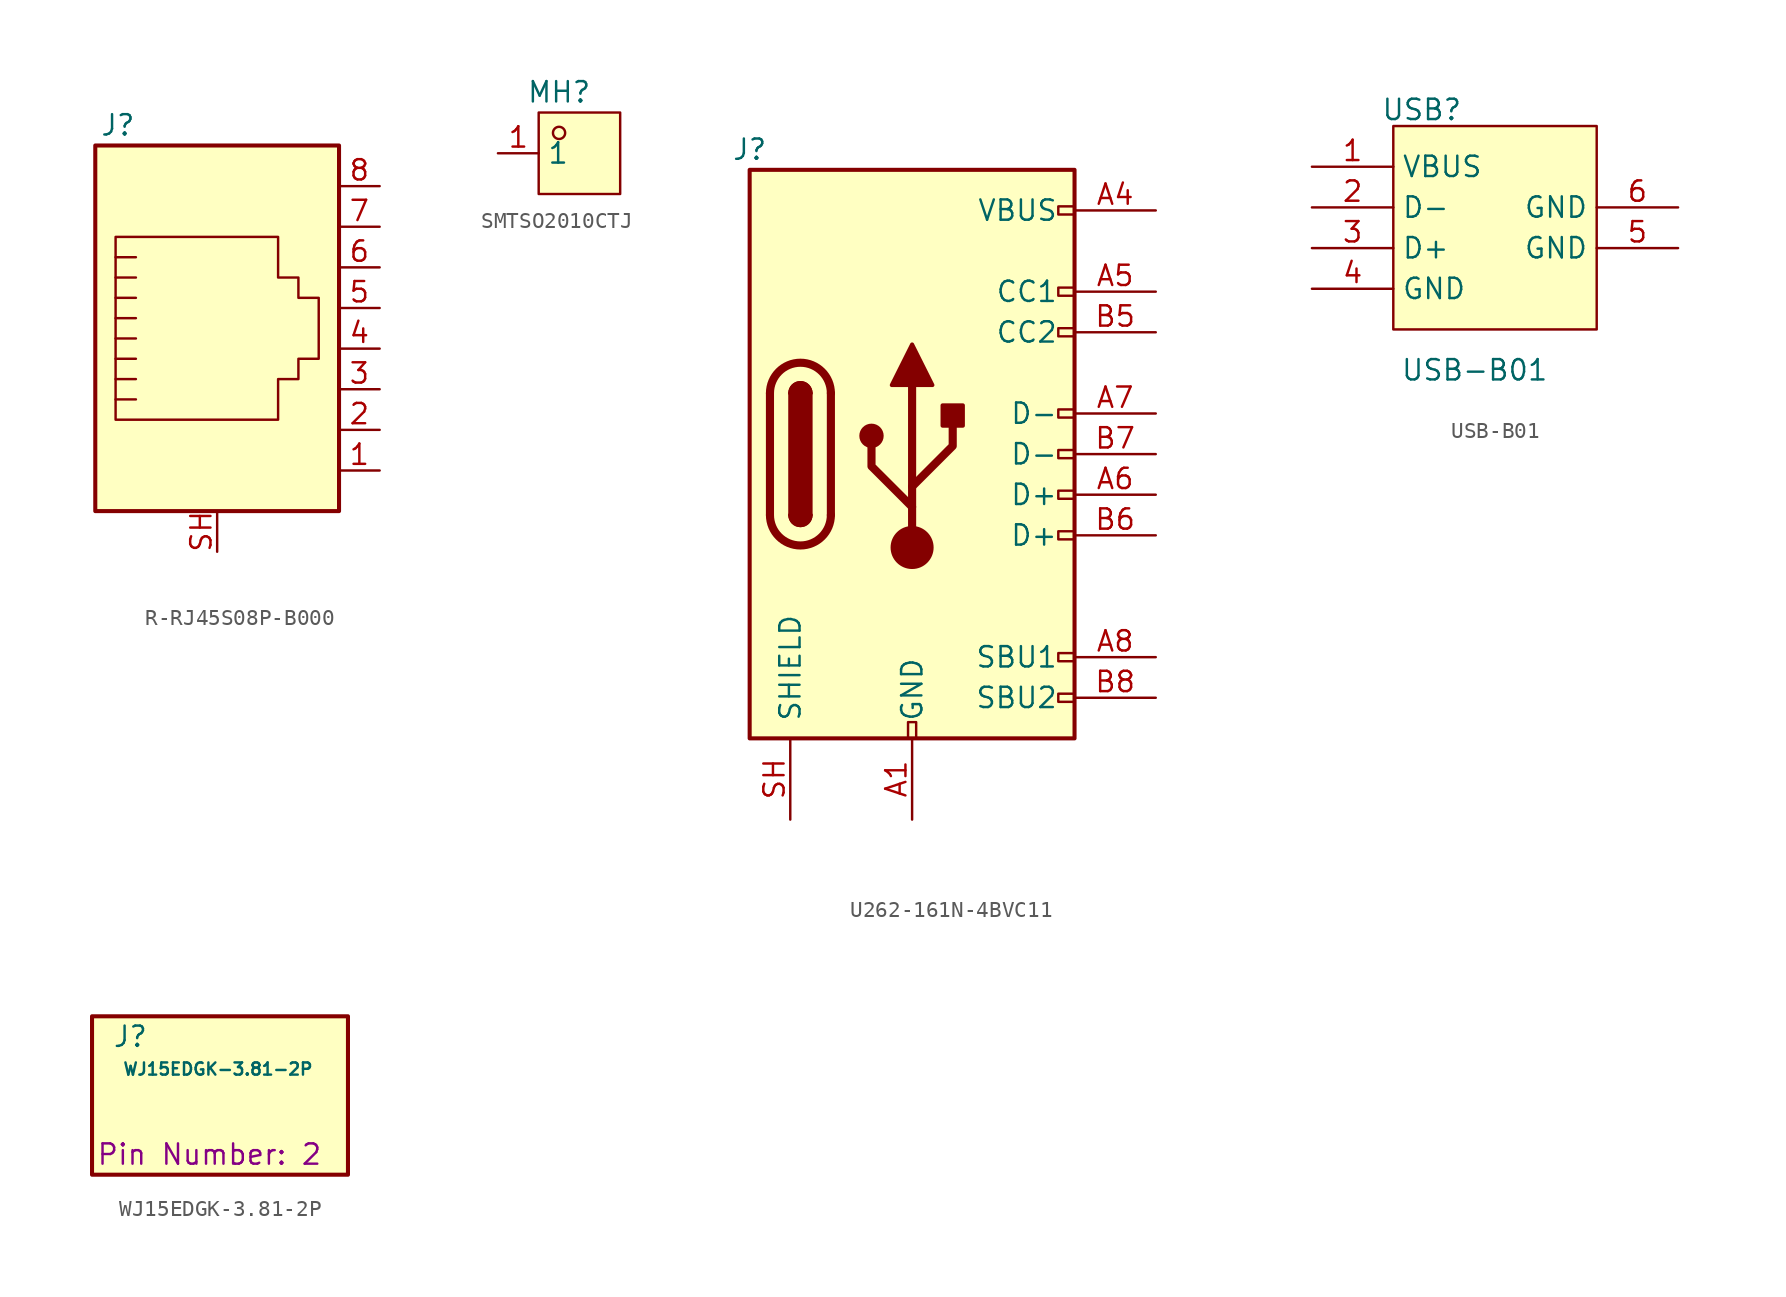
<source format=kicad_sym>
(kicad_symbol_lib
  (version 20211014)
  (symbol "R-RJ45S08P-B000"
    (pin_names
      (offset 1.016))
    (property "Reference" "J"
      (at -5.08 13.97 0)
      (effects (font (size 1.27 1.27)) (justify right)))
    (symbol "R-RJ45S08P-B000_0_1"
      (rectangle (start -7.62 12.7) (end 7.62 -10.16) (stroke (width 0.254) (type default)) (fill (type background)))
      (polyline (pts (xy -6.35 1.905) (xy -5.08 1.905) (xy -5.08 1.905)) (stroke (width 0) (type default)) (fill (type none)))
      (polyline (pts (xy -6.35 0.635) (xy -5.08 0.635) (xy -5.08 0.635)) (stroke (width 0) (type default)) (fill (type none)))
      (polyline (pts (xy -6.35 -0.635) (xy -5.08 -0.635) (xy -5.08 -0.635)) (stroke (width 0) (type default)) (fill (type none)))
      (polyline (pts (xy -6.35 -1.905) (xy -5.08 -1.905) (xy -5.08 -1.905)) (stroke (width 0) (type default)) (fill (type none)))
      (polyline (pts (xy -6.35 -3.175) (xy -5.08 -3.175) (xy -5.08 -3.175)) (stroke (width 0) (type default)) (fill (type none)))
      (polyline (pts (xy -6.35 -4.445) (xy -6.35 6.985) (xy 3.81 6.985) (xy 3.81 4.445) (xy 5.08 4.445) (xy 5.08 3.175) (xy 6.35 3.175) (xy 6.35 -0.635) (xy 5.08 -0.635) (xy 5.08 -1.905) (xy 3.81 -1.905) (xy 3.81 -4.445) (xy -6.35 -4.445) (xy -6.35 -4.445)) (stroke (width 0) (type default)) (fill (type none)))
      (polyline (pts (xy -5.08 5.715) (xy -6.35 5.715)) (stroke (width 0) (type default)) (fill (type none)))
      (polyline (pts (xy -5.08 4.445) (xy -6.35 4.445)) (stroke (width 0) (type default)) (fill (type none)))
      (polyline (pts (xy -5.08 3.175) (xy -6.35 3.175) (xy -6.35 3.175)) (stroke (width 0) (type default)) (fill (type none))))
    (symbol "R-RJ45S08P-B000_1_1"
      (pin passive line (at 0 -12.7 90) (length 2.54) (name "~" (effects (font (size 1.27 1.27)))) (number "SH" (effects (font (size 1.27 1.27)))))
      (pin passive line (at 10.16 10.16 180) (length 2.54) (name "~" (effects (font (size 1.27 1.27)))) (number "8" (effects (font (size 1.27 1.27)))))
      (pin passive line (at 10.16 7.62 180) (length 2.54) (name "~" (effects (font (size 1.27 1.27)))) (number "7" (effects (font (size 1.27 1.27)))))
      (pin passive line (at 10.16 5.08 180) (length 2.54) (name "~" (effects (font (size 1.27 1.27)))) (number "6" (effects (font (size 1.27 1.27)))))
      (pin passive line (at 10.16 2.54 180) (length 2.54) (name "~" (effects (font (size 1.27 1.27)))) (number "5" (effects (font (size 1.27 1.27)))))
      (pin passive line (at 10.16 0 180) (length 2.54) (name "~" (effects (font (size 1.27 1.27)))) (number "4" (effects (font (size 1.27 1.27)))))
      (pin passive line (at 10.16 -2.54 180) (length 2.54) (name "~" (effects (font (size 1.27 1.27)))) (number "3" (effects (font (size 1.27 1.27)))))
      (pin passive line (at 10.16 -5.08 180) (length 2.54) (name "~" (effects (font (size 1.27 1.27)))) (number "2" (effects (font (size 1.27 1.27)))))
      (pin passive line (at 10.16 -7.62 180) (length 2.54) (name "~" (effects (font (size 1.27 1.27)))) (number "1" (effects (font (size 1.27 1.27)))))))
  (symbol "SMTSO2010CTJ"
    (property "Reference" "MH"
      (at 0 3.81 0)
      (effects (font (size 1.27 1.27))))
    (symbol "SMTSO2010CTJ_0_1"
      (rectangle (start -1.27 2.54) (end 3.81 -2.54) (stroke (width 0) (type default)) (fill (type background)))
      (circle (center 0 1.27) (radius 0.38) (stroke (width 0) (type default)) (fill (type none))))
    (symbol "SMTSO2010CTJ_1_1"
      (pin passive line (at -3.81 0 0) (length 2.54) (name "1" (effects (font (size 1.27 1.27)))) (number "1" (effects (font (size 1.27 1.27)))))))
  (symbol "U262-161N-4BVC11"
    (pin_names
      (offset 1.016))
    (property "Reference" "J"
      (at -10.16 19.05 0)
      (effects (font (size 1.27 1.27))))
    (symbol "U262-161N-4BVC11_0_0"
      (rectangle (start -0.254 -17.78) (end 0.254 -16.764) (stroke (width 0) (type default)) (fill (type none)))
      (rectangle (start 10.16 15.494) (end 9.144 14.986) (stroke (width 0) (type default)) (fill (type none)))
      (rectangle (start 10.16 10.414) (end 9.144 9.906) (stroke (width 0) (type default)) (fill (type none)))
      (rectangle (start 10.16 7.874) (end 9.144 7.366) (stroke (width 0) (type default)) (fill (type none)))
      (rectangle (start 10.16 2.794) (end 9.144 2.286) (stroke (width 0) (type default)) (fill (type none)))
      (rectangle (start 10.16 0.254) (end 9.144 -0.254) (stroke (width 0) (type default)) (fill (type none)))
      (rectangle (start 10.16 -2.286) (end 9.144 -2.794) (stroke (width 0) (type default)) (fill (type none)))
      (rectangle (start 10.16 -4.826) (end 9.144 -5.334) (stroke (width 0) (type default)) (fill (type none)))
      (rectangle (start 10.16 -12.446) (end 9.144 -12.954) (stroke (width 0) (type default)) (fill (type none)))
      (rectangle (start 10.16 -14.986) (end 9.144 -15.494) (stroke (width 0) (type default)) (fill (type none))))
    (symbol "U262-161N-4BVC11_0_1"
      (rectangle (start -10.16 17.78) (end 10.16 -17.78) (stroke (width 0.254) (type default)) (fill (type background)))
      (polyline (pts (xy -8.89 -3.81) (xy -8.89 3.81)) (stroke (width 0.508) (type default)) (fill (type none)))
      (rectangle (start -7.62 -3.81) (end -6.35 3.81) (stroke (width 0.254) (type default)) (fill (type outline)))
      (arc (start -7.62 3.81) (mid -6.985 4.4423) (end -6.35 3.81) (stroke (width 0.254) (type default)) (fill (type none)))
      (arc (start -7.62 3.81) (mid -6.985 4.4423) (end -6.35 3.81) (stroke (width 0.254) (type default)) (fill (type outline)))
      (arc (start -8.89 3.81) (mid -6.985 5.7067) (end -5.08 3.81) (stroke (width 0.508) (type default)) (fill (type none)))
      (arc (start -5.08 -3.81) (mid -6.985 -5.7067) (end -8.89 -3.81) (stroke (width 0.508) (type default)) (fill (type none)))
      (arc (start -6.35 -3.81) (mid -6.985 -4.4423) (end -7.62 -3.81) (stroke (width 0.254) (type default)) (fill (type none)))
      (arc (start -6.35 -3.81) (mid -6.985 -4.4423) (end -7.62 -3.81) (stroke (width 0.254) (type default)) (fill (type outline)))
      (polyline (pts (xy -5.08 3.81) (xy -5.08 -3.81)) (stroke (width 0.508) (type default)) (fill (type none)))
      (circle (center -2.54 1.143) (radius 0.635) (stroke (width 0.254) (type default)) (fill (type outline)))
      (polyline (pts (xy -1.27 4.318) (xy 0 6.858) (xy 1.27 4.318) (xy -1.27 4.318)) (stroke (width 0.254) (type default)) (fill (type outline)))
      (polyline (pts (xy 0 -2.032) (xy 2.54 0.508) (xy 2.54 1.778)) (stroke (width 0.508) (type default)) (fill (type none)))
      (polyline (pts (xy 0 -3.302) (xy -2.54 -0.762) (xy -2.54 0.508)) (stroke (width 0.508) (type default)) (fill (type none)))
      (polyline (pts (xy 0 -5.842) (xy 0 4.318)) (stroke (width 0.508) (type default)) (fill (type none)))
      (circle (center 0 -5.842) (radius 1.27) (stroke (width 0) (type default)) (fill (type outline)))
      (rectangle (start 1.905 1.778) (end 3.175 3.048) (stroke (width 0.254) (type default)) (fill (type outline))))
    (symbol "U262-161N-4BVC11_1_1"
      (pin passive line (at -7.62 -22.86 90) (length 5.08) (name "SHIELD" (effects (font (size 1.27 1.27)))) (number "SH" (effects (font (size 1.27 1.27)))))
      (pin passive line (at 0 -22.86 90) (length 5.08) (name "GND" (effects (font (size 1.27 1.27)))) (number "A1" (effects (font (size 1.27 1.27)))))
      (pin passive line (at 0 -22.86 90) (length 5.08) (hide yes) (name "GND" (effects (font (size 1.27 1.27)))) (number "A12" (effects (font (size 1.27 1.27)))))
      (pin passive line (at 0 -22.86 90) (length 5.08) (hide yes) (name "GND" (effects (font (size 1.27 1.27)))) (number "B1" (effects (font (size 1.27 1.27)))))
      (pin passive line (at 0 -22.86 90) (length 5.08) (hide yes) (name "GND" (effects (font (size 1.27 1.27)))) (number "B12" (effects (font (size 1.27 1.27)))))
      (pin passive line (at 15.24 15.24 180) (length 5.08) (name "VBUS" (effects (font (size 1.27 1.27)))) (number "A4" (effects (font (size 1.27 1.27)))))
      (pin passive line (at 15.24 15.24 180) (length 5.08) (hide yes) (name "VBUS" (effects (font (size 1.27 1.27)))) (number "A9" (effects (font (size 1.27 1.27)))))
      (pin passive line (at 15.24 15.24 180) (length 5.08) (hide yes) (name "VBUS" (effects (font (size 1.27 1.27)))) (number "B4" (effects (font (size 1.27 1.27)))))
      (pin passive line (at 15.24 15.24 180) (length 5.08) (hide yes) (name "VBUS" (effects (font (size 1.27 1.27)))) (number "B9" (effects (font (size 1.27 1.27)))))
      (pin bidirectional line (at 15.24 10.16 180) (length 5.08) (name "CC1" (effects (font (size 1.27 1.27)))) (number "A5" (effects (font (size 1.27 1.27)))))
      (pin bidirectional line (at 15.24 7.62 180) (length 5.08) (name "CC2" (effects (font (size 1.27 1.27)))) (number "B5" (effects (font (size 1.27 1.27)))))
      (pin bidirectional line (at 15.24 2.54 180) (length 5.08) (name "D-" (effects (font (size 1.27 1.27)))) (number "A7" (effects (font (size 1.27 1.27)))))
      (pin bidirectional line (at 15.24 0 180) (length 5.08) (name "D-" (effects (font (size 1.27 1.27)))) (number "B7" (effects (font (size 1.27 1.27)))))
      (pin bidirectional line (at 15.24 -2.54 180) (length 5.08) (name "D+" (effects (font (size 1.27 1.27)))) (number "A6" (effects (font (size 1.27 1.27)))))
      (pin bidirectional line (at 15.24 -5.08 180) (length 5.08) (name "D+" (effects (font (size 1.27 1.27)))) (number "B6" (effects (font (size 1.27 1.27)))))
      (pin bidirectional line (at 15.24 -12.7 180) (length 5.08) (name "SBU1" (effects (font (size 1.27 1.27)))) (number "A8" (effects (font (size 1.27 1.27)))))
      (pin bidirectional line (at 15.24 -15.24 180) (length 5.08) (name "SBU2" (effects (font (size 1.27 1.27)))) (number "B8" (effects (font (size 1.27 1.27)))))))
  (symbol "USB-B01"
    (property "Reference" "USB"
      (at -3.302 8.636 0)
      (effects (font (size 1.27 1.27))))
    (property "Value" "USB-B01"
      (at 0 -7.62 0)
      (effects (font (size 1.27 1.27))))
    (symbol "USB-B01_0_1"
      (rectangle (start -5.08 7.62) (end 7.62 -5.08) (stroke (width 0) (type default)) (fill (type background)))
      (pin unspecified line (at -10.16 5.08 0) (length 5.08) (name "VBUS" (effects (font (size 1.27 1.27)))) (number "1" (effects (font (size 1.27 1.27)))))
      (pin unspecified line (at -10.16 2.54 0) (length 5.08) (name "D-" (effects (font (size 1.27 1.27)))) (number "2" (effects (font (size 1.27 1.27)))))
      (pin unspecified line (at -10.16 0 0) (length 5.08) (name "D+" (effects (font (size 1.27 1.27)))) (number "3" (effects (font (size 1.27 1.27)))))
      (pin unspecified line (at -10.16 -2.54 0) (length 5.08) (name "GND" (effects (font (size 1.27 1.27)))) (number "4" (effects (font (size 1.27 1.27)))))
      (pin unspecified line (at 12.7 2.54 180) (length 5.08) (name "GND" (effects (font (size 1.27 1.27)))) (number "6" (effects (font (size 1.27 1.27)))))
      (pin unspecified line (at 12.7 0 180) (length 5.08) (name "GND" (effects (font (size 1.27 1.27)))) (number "5" (effects (font (size 1.27 1.27)))))))
  (symbol "WJ15EDGK-3.81-2P"
    (pin_numbers
      (hide yes))
    (pin_names
      (offset 1.016)
      (hide yes))
    (property "Reference" "J"
      (at -6.35 3.81 0)
      (effects (font (size 1.27 1.27)) (justify left)))
    (property "Value" "WJ15EDGK-3.81-2P"
      (at 0.254 1.778 0)
      (effects (font (size 0.762 0.762))))
    (property "Pin Number" "2"
      (at -7.366 -3.556 0)
      (show_name yes)
      (effects (font (size 1.27 1.27)) (justify left)))
    (symbol "WJ15EDGK-3.81-2P_0_1"
      (rectangle (start -7.62 5.08) (end 8.382 -4.826) (stroke (width 0.254) (type default)) (fill (type background))))))
</source>
